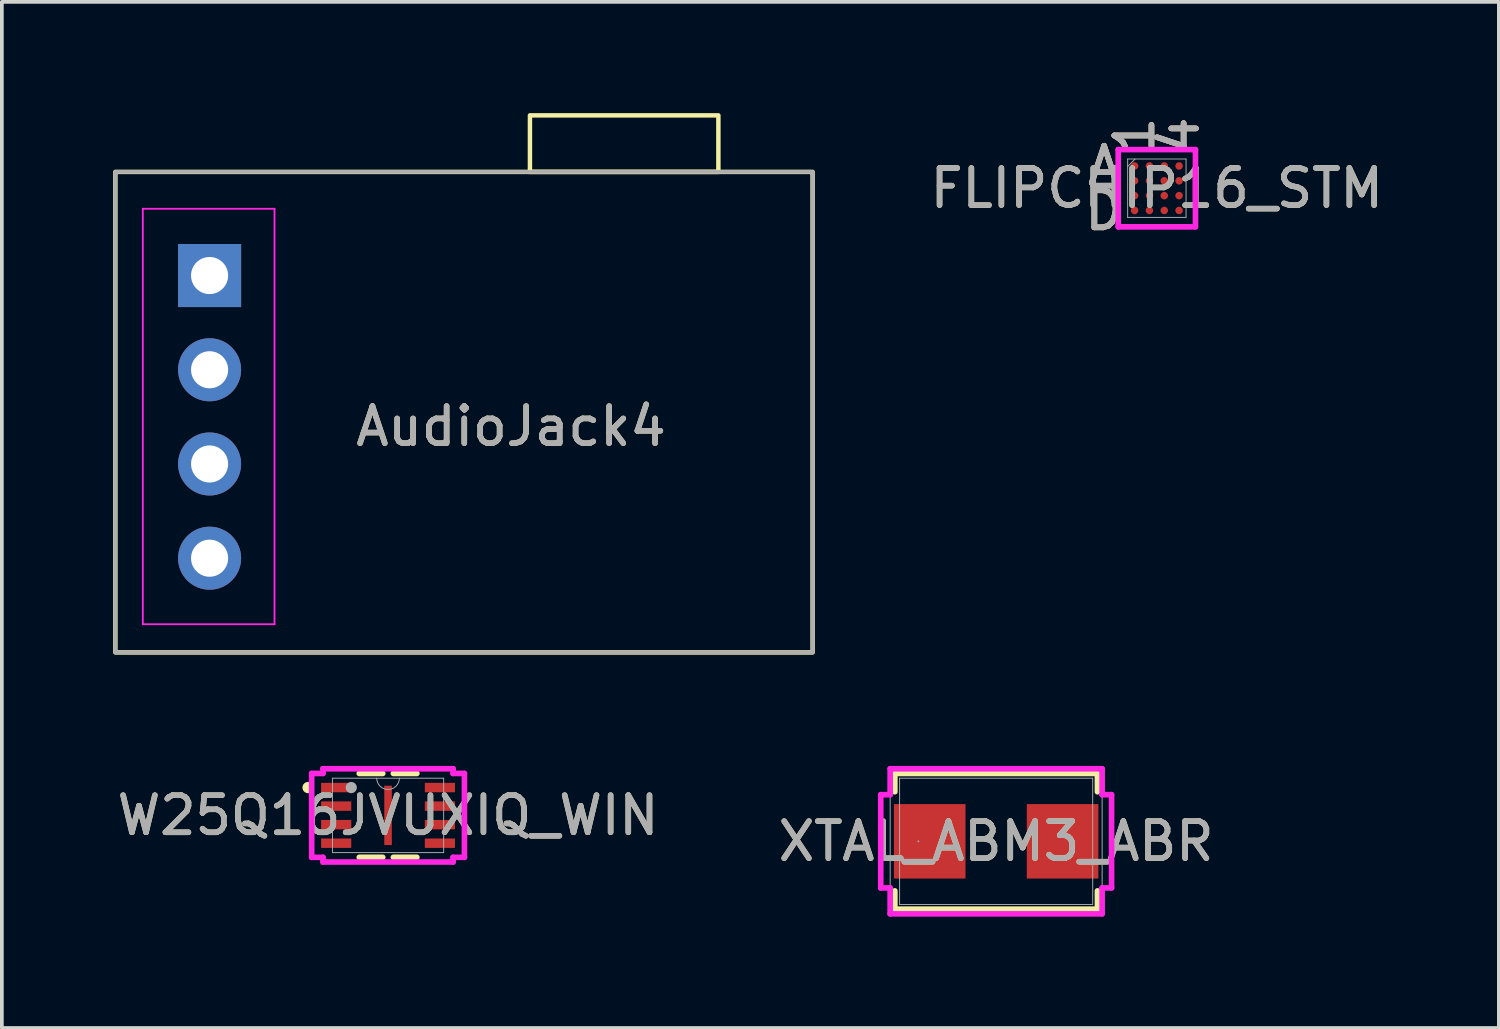
<source format=kicad_pcb>
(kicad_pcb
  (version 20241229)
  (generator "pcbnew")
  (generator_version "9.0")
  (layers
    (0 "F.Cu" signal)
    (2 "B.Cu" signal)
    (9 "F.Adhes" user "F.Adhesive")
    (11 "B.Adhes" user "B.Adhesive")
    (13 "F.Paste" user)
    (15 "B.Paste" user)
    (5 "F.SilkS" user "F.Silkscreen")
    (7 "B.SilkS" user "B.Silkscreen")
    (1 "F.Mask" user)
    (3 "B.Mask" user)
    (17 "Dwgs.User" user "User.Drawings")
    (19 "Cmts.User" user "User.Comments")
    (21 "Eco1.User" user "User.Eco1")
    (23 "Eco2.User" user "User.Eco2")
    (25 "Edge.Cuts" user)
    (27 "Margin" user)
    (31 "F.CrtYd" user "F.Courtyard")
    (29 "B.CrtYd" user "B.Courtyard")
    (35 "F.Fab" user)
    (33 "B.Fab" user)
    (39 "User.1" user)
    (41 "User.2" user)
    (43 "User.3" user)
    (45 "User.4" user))
  (footprint "FLIPCHIP16_STM"
    (layer "F.Cu")
    (at 28.136 2.024)
    (property "Reference" "FLIPCHIP16_STM" (at 0 0 0) (unlocked yes) (layer "F.SilkS") (effects (font (size 1 1) (thickness 0.15))))
    (attr smd)
    (fp_poly (pts (xy -1.244 -1.244) (xy 1.244 -1.244) (xy 1.244 1.244) (xy -1.244 1.244)) (stroke (width 0.1) (type solid)) (fill no) (layer "Eco2.User"))
    (fp_line (start -1.041 -1.041) (end 1.041 -1.041) (stroke (width 0.152) (type solid)) (layer "F.CrtYd"))
    (fp_line (start -1.041 1.041) (end -1.041 -1.041) (stroke (width 0.152) (type solid)) (layer "F.CrtYd"))
    (fp_line (start 1.041 -1.041) (end 1.041 1.041) (stroke (width 0.152) (type solid)) (layer "F.CrtYd"))
    (fp_line (start 1.041 1.041) (end -1.041 1.041) (stroke (width 0.152) (type solid)) (layer "F.CrtYd"))
    (fp_line (start -0.787 -0.787) (end -0.787 0.787) (stroke (width 0.025) (type solid)) (layer "F.Fab"))
    (fp_line (start -0.787 0.787) (end 0.787 0.787) (stroke (width 0.025) (type solid)) (layer "F.Fab"))
    (fp_line (start -0.587 -0.787) (end -0.787 -0.587) (stroke (width 0.025) (type solid)) (layer "F.Fab"))
    (fp_line (start 0.787 -0.787) (end -0.787 -0.787) (stroke (width 0.025) (type solid)) (layer "F.Fab"))
    (fp_line (start 0.787 0.787) (end 0.787 -0.787) (stroke (width 0.025) (type solid)) (layer "F.Fab"))
    (fp_text user "A" (at -1.422 -0.6 0) (unlocked yes) (layer "F.SilkS") (effects (font (size 1 1) (thickness 0.15))))
    (fp_text user "D" (at -1.422 0.6 0) (unlocked yes) (layer "F.SilkS") (effects (font (size 1 1) (thickness 0.15))))
    (fp_text user "4" (at 0.6 -1.422 90) (unlocked yes) (layer "F.SilkS") (effects (font (size 1 1) (thickness 0.15))))
    (fp_text user "1" (at -0.6 -1.422 90) (unlocked yes) (layer "F.SilkS") (effects (font (size 1 1) (thickness 0.15))))
    (fp_text user "4" (at 0.6 -1.422 90) (unlocked yes) (layer "B.SilkS") (effects (font (size 1 1) (thickness 0.15))))
    (fp_text user "D" (at -1.422 0.6 0) (unlocked yes) (layer "B.SilkS") (effects (font (size 1 1) (thickness 0.15))))
    (fp_text user "A" (at -1.422 -0.6 0) (unlocked yes) (layer "B.SilkS") (effects (font (size 1 1) (thickness 0.15))))
    (fp_text user "1" (at -0.6 -1.422 90) (unlocked yes) (layer "B.SilkS") (effects (font (size 1 1) (thickness 0.15))))
    (fp_text user "4" (at 0.6 -1.422 90) (unlocked yes) (layer "F.Fab") (effects (font (size 1 1) (thickness 0.15))))
    (fp_text user "A" (at -1.422 -0.6 0) (unlocked yes) (layer "F.Fab") (effects (font (size 1 1) (thickness 0.15))))
    (fp_text user "${REFERENCE}" (at 0 0 0) (unlocked yes) (layer "F.Fab") (effects (font (size 1 1) (thickness 0.15))))
    (fp_text user "1" (at -0.6 -1.422 90) (unlocked yes) (layer "F.Fab") (effects (font (size 1 1) (thickness 0.15))))
    (fp_text user "D" (at -1.422 0.6 0) (unlocked yes) (layer "F.Fab") (effects (font (size 1 1) (thickness 0.15))))
    (pad "A1" smd circle (at -0.6 -0.6) (size 0.203 0.203) (layers "F.Cu" "F.Mask" "F.Paste"))
    (pad "A2" smd circle (at -0.2 -0.6) (size 0.203 0.203) (layers "F.Cu" "F.Mask" "F.Paste"))
    (pad "A3" smd circle (at 0.2 -0.6) (size 0.203 0.203) (layers "F.Cu" "F.Mask" "F.Paste"))
    (pad "A4" smd circle (at 0.6 -0.6) (size 0.203 0.203) (layers "F.Cu" "F.Mask" "F.Paste"))
    (pad "B1" smd circle (at -0.6 -0.2) (size 0.203 0.203) (layers "F.Cu" "F.Mask" "F.Paste"))
    (pad "B2" smd circle (at -0.2 -0.2) (size 0.203 0.203) (layers "F.Cu" "F.Mask" "F.Paste"))
    (pad "B3" smd circle (at 0.2 -0.2) (size 0.203 0.203) (layers "F.Cu" "F.Mask" "F.Paste"))
    (pad "B4" smd circle (at 0.6 -0.2) (size 0.203 0.203) (layers "F.Cu" "F.Mask" "F.Paste"))
    (pad "C1" smd circle (at -0.6 0.2) (size 0.203 0.203) (layers "F.Cu" "F.Mask" "F.Paste"))
    (pad "C2" smd circle (at -0.2 0.2) (size 0.203 0.203) (layers "F.Cu" "F.Mask" "F.Paste"))
    (pad "C3" smd circle (at 0.2 0.2) (size 0.203 0.203) (layers "F.Cu" "F.Mask" "F.Paste"))
    (pad "C4" smd circle (at 0.6 0.2) (size 0.203 0.203) (layers "F.Cu" "F.Mask" "F.Paste"))
    (pad "D1" smd circle (at -0.6 0.6) (size 0.203 0.203) (layers "F.Cu" "F.Mask" "F.Paste"))
    (pad "D2" smd circle (at -0.2 0.6) (size 0.203 0.203) (layers "F.Cu" "F.Mask" "F.Paste"))
    (pad "D3" smd circle (at 0.2 0.6) (size 0.203 0.203) (layers "F.Cu" "F.Mask" "F.Paste"))
    (pad "D4" smd circle (at 0.6 0.6) (size 0.203 0.203) (layers "F.Cu" "F.Mask" "F.Paste")))
  (footprint "XTAL_ABM3_ABR"
    (layer "F.Cu")
    (at 23.804 19.63)
    (property "Reference" "XTAL_ABM3_ABR" (at 0 0 0) (unlocked yes) (layer "F.SilkS") (effects (font (size 1 1) (thickness 0.15))))
    (attr smd)
    (fp_line (start -2.731 -1.829) (end -2.731 -1.336) (stroke (width 0.152) (type solid)) (layer "F.SilkS"))
    (fp_line (start -2.731 1.336) (end -2.731 1.829) (stroke (width 0.152) (type solid)) (layer "F.SilkS"))
    (fp_line (start -2.731 1.829) (end 2.731 1.829) (stroke (width 0.152) (type solid)) (layer "F.SilkS"))
    (fp_line (start 2.731 -1.829) (end -2.731 -1.829) (stroke (width 0.152) (type solid)) (layer "F.SilkS"))
    (fp_line (start 2.731 -1.336) (end 2.731 -1.829) (stroke (width 0.152) (type solid)) (layer "F.SilkS"))
    (fp_line (start 2.731 1.829) (end 2.731 1.336) (stroke (width 0.152) (type solid)) (layer "F.SilkS"))
    (fp_line (start -3.111 -1.257) (end -2.857 -1.257) (stroke (width 0.152) (type solid)) (layer "F.CrtYd"))
    (fp_line (start -3.111 1.257) (end -3.111 -1.257) (stroke (width 0.152) (type solid)) (layer "F.CrtYd"))
    (fp_line (start -2.857 -1.956) (end 2.857 -1.956) (stroke (width 0.152) (type solid)) (layer "F.CrtYd"))
    (fp_line (start -2.857 -1.257) (end -2.857 -1.956) (stroke (width 0.152) (type solid)) (layer "F.CrtYd"))
    (fp_line (start -2.857 1.257) (end -3.111 1.257) (stroke (width 0.152) (type solid)) (layer "F.CrtYd"))
    (fp_line (start -2.857 1.956) (end -2.857 1.257) (stroke (width 0.152) (type solid)) (layer "F.CrtYd"))
    (fp_line (start 2.857 -1.956) (end 2.857 -1.257) (stroke (width 0.152) (type solid)) (layer "F.CrtYd"))
    (fp_line (start 2.857 -1.257) (end 3.111 -1.257) (stroke (width 0.152) (type solid)) (layer "F.CrtYd"))
    (fp_line (start 2.857 1.257) (end 2.857 1.956) (stroke (width 0.152) (type solid)) (layer "F.CrtYd"))
    (fp_line (start 2.857 1.956) (end -2.857 1.956) (stroke (width 0.152) (type solid)) (layer "F.CrtYd"))
    (fp_line (start 3.111 -1.257) (end 3.111 1.257) (stroke (width 0.152) (type solid)) (layer "F.CrtYd"))
    (fp_line (start 3.111 1.257) (end 2.857 1.257) (stroke (width 0.152) (type solid)) (layer "F.CrtYd"))
    (fp_line (start -2.857 -1.956) (end 2.857 -1.956) (stroke (width 0.025) (type solid)) (layer "F.Fab"))
    (fp_line (start -2.857 1.956) (end -2.857 -1.956) (stroke (width 0.025) (type solid)) (layer "F.Fab"))
    (fp_line (start -2.603 -1.702) (end -2.603 1.702) (stroke (width 0.025) (type solid)) (layer "F.Fab"))
    (fp_line (start -2.603 1.702) (end 2.603 1.702) (stroke (width 0.025) (type solid)) (layer "F.Fab"))
    (fp_line (start 2.603 -1.702) (end -2.603 -1.702) (stroke (width 0.025) (type solid)) (layer "F.Fab"))
    (fp_line (start 2.603 1.702) (end 2.603 -1.702) (stroke (width 0.025) (type solid)) (layer "F.Fab"))
    (fp_line (start 2.857 -1.956) (end 2.857 1.956) (stroke (width 0.025) (type solid)) (layer "F.Fab"))
    (fp_line (start 2.857 1.956) (end -2.857 1.956) (stroke (width 0.025) (type solid)) (layer "F.Fab"))
    (fp_circle (center -2.095 0) (end -2.095 0) (stroke (width 0.025) (type solid)) (fill no) (layer "F.Fab"))
    (fp_text user "${REFERENCE}" (at 0 0 0) (unlocked yes) (layer "F.Fab") (effects (font (size 1 1) (thickness 0.15))))
    (pad "1" smd rect (at -1.791 0 90) (size 2.007 1.93) (layers "F.Cu" "F.Mask" "F.Paste"))
    (pad "2" smd rect (at 1.791 0 90) (size 2.007 1.93) (layers "F.Cu" "F.Mask" "F.Paste"))
    (zone (net_name "") (layer "F.Cu") (hatch full 0.508) (connect_pads) (min_thickness 0.254) (filled_areas_thickness no) (keepout (tracks not_allowed) (vias not_allowed) (pads allowed) (copperpour not_allowed) (footprints allowed)) (placement (enabled no)) (fill) (polygon (pts (xy 21.251 17.979) (xy 26.356 17.979) (xy 26.356 18.576) (xy 21.251 18.576))))
    (zone (net_name "") (layer "F.Cu") (hatch full 0.508) (connect_pads) (min_thickness 0.254) (filled_areas_thickness no) (keepout (tracks not_allowed) (vias not_allowed) (pads allowed) (copperpour not_allowed) (footprints allowed)) (placement (enabled no)) (fill) (polygon (pts (xy 21.251 20.684) (xy 26.356 20.684) (xy 26.356 21.281) (xy 21.251 21.281))))
    (zone (net_name "") (layer "F.Cu") (hatch full 0.508) (connect_pads) (min_thickness 0.254) (filled_areas_thickness no) (keepout (tracks not_allowed) (vias not_allowed) (pads allowed) (copperpour not_allowed) (footprints allowed)) (placement (enabled no)) (fill) (polygon (pts (xy 23.029 18.576) (xy 24.578 18.576) (xy 24.578 20.684) (xy 23.029 20.684)))))
  (footprint "AudioJack4"
    (layer "F.Cu")
    (at 2.6 4.378)
    (property "Reference" "AudioJack4" (at 8.128 4.064 0) (layer "F.SilkS") (effects (font (size 1 1) (thickness 0.15))))
    (attr through_hole)
    (fp_rect (start -2.54 -2.794) (end 16.256 10.16) (stroke (width 0.12) (type solid)) (fill no) (layer "F.SilkS"))
    (fp_rect (start 13.716 -2.794) (end 8.636 -4.318) (stroke (width 0.12) (type solid)) (fill no) (layer "F.SilkS"))
    (fp_line (start -1.8 -1.8) (end 1.75 -1.8) (stroke (width 0.05) (type solid)) (layer "F.CrtYd"))
    (fp_line (start -1.8 9.4) (end -1.8 -1.8) (stroke (width 0.05) (type solid)) (layer "F.CrtYd"))
    (fp_line (start 1.75 -1.8) (end 1.75 9.4) (stroke (width 0.05) (type solid)) (layer "F.CrtYd"))
    (fp_line (start 1.75 9.4) (end -1.8 9.4) (stroke (width 0.05) (type solid)) (layer "F.CrtYd"))
    (fp_rect (start -2.54 -2.794) (end 16.256 10.16) (stroke (width 0.1) (type solid)) (fill no) (layer "F.Fab"))
    (fp_text user "${REFERENCE}" (at 8.128 4.064 180) (layer "F.Fab") (effects (font (size 1 1) (thickness 0.15))))
    (pad "1" thru_hole rect (at 0 0) (size 1.7 1.7) (drill 1) (layers "*.Cu" "*.Mask"))
    (pad "2" thru_hole oval (at 0 2.54) (size 1.7 1.7) (drill 1) (layers "*.Cu" "*.Mask"))
    (pad "3" thru_hole oval (at 0 5.08) (size 1.7 1.7) (drill 1) (layers "*.Cu" "*.Mask"))
    (pad "4" thru_hole oval (at 0 7.62) (size 1.7 1.7) (drill 1) (layers "*.Cu" "*.Mask")))
  (footprint "W25Q16JVUXIQ_WIN"
    (layer "F.Cu")
    (at 7.411 18.931)
    (property "Reference" "W25Q16JVUXIQ_WIN" (at 0 0 0) (unlocked yes) (layer "F.SilkS") (effects (font (size 1 1) (thickness 0.15))))
    (attr smd)
    (fp_line (start -0.776 1.13) (end -0.143 1.13) (stroke (width 0.152) (type solid)) (layer "F.SilkS"))
    (fp_line (start -0.143 -1.13) (end -0.776 -1.13) (stroke (width 0.152) (type solid)) (layer "F.SilkS"))
    (fp_line (start 0.143 1.13) (end 0.776 1.13) (stroke (width 0.152) (type solid)) (layer "F.SilkS"))
    (fp_line (start 0.776 -1.13) (end 0.143 -1.13) (stroke (width 0.152) (type solid)) (layer "F.SilkS"))
    (fp_arc (start -2.13754 -0.676171) (mid -2.2326 -0.75) (end -2.13754 -0.823829) (stroke (width 0.1524) (type solid)) (layer "F.SilkS"))
    (fp_line (start -2.059 -1.131) (end -1.753 -1.131) (stroke (width 0.152) (type solid)) (layer "F.CrtYd"))
    (fp_line (start -2.059 1.131) (end -2.059 -1.131) (stroke (width 0.152) (type solid)) (layer "F.CrtYd"))
    (fp_line (start -2.059 1.131) (end -1.753 1.131) (stroke (width 0.152) (type solid)) (layer "F.CrtYd"))
    (fp_line (start -1.753 -1.257) (end 1.753 -1.257) (stroke (width 0.152) (type solid)) (layer "F.CrtYd"))
    (fp_line (start -1.753 -1.131) (end -1.753 -1.257) (stroke (width 0.152) (type solid)) (layer "F.CrtYd"))
    (fp_line (start -1.753 1.257) (end -1.753 1.131) (stroke (width 0.152) (type solid)) (layer "F.CrtYd"))
    (fp_line (start 1.753 -1.257) (end 1.753 -1.131) (stroke (width 0.152) (type solid)) (layer "F.CrtYd"))
    (fp_line (start 1.753 1.131) (end 1.753 1.257) (stroke (width 0.152) (type solid)) (layer "F.CrtYd"))
    (fp_line (start 1.753 1.257) (end -1.753 1.257) (stroke (width 0.152) (type solid)) (layer "F.CrtYd"))
    (fp_line (start 2.059 -1.131) (end 1.753 -1.131) (stroke (width 0.152) (type solid)) (layer "F.CrtYd"))
    (fp_line (start 2.059 -1.131) (end 2.059 1.131) (stroke (width 0.152) (type solid)) (layer "F.CrtYd"))
    (fp_line (start 2.059 1.131) (end 1.753 1.131) (stroke (width 0.152) (type solid)) (layer "F.CrtYd"))
    (fp_line (start -1.499 -1.003) (end -1.499 1.003) (stroke (width 0.025) (type solid)) (layer "F.Fab"))
    (fp_line (start -1.499 1.003) (end 1.499 1.003) (stroke (width 0.025) (type solid)) (layer "F.Fab"))
    (fp_line (start 1.499 -1.003) (end -1.499 -1.003) (stroke (width 0.025) (type solid)) (layer "F.Fab"))
    (fp_line (start 1.499 1.003) (end 1.499 -1.003) (stroke (width 0.025) (type solid)) (layer "F.Fab"))
    (fp_arc (start 0.3048 -1.0033) (mid 0 -0.6985) (end -0.3048 -1.0033) (stroke (width 0.0254) (type solid)) (layer "F.Fab"))
    (fp_circle (center -0.992 -0.75) (end -0.916 -0.75) (stroke (width 0.152) (type solid)) (fill no) (layer "F.Fab"))
    (fp_text user "${REFERENCE}" (at 0 0 0) (unlocked yes) (layer "F.Fab") (effects (font (size 1 1) (thickness 0.15))))
    (pad "1" smd rect (at -1.398 -0.75) (size 0.813 0.254) (layers "F.Cu" "F.Mask" "F.Paste"))
    (pad "2" smd rect (at -1.398 -0.25) (size 0.813 0.254) (layers "F.Cu" "F.Mask" "F.Paste"))
    (pad "3" smd rect (at -1.398 0.25) (size 0.813 0.254) (layers "F.Cu" "F.Mask" "F.Paste"))
    (pad "4" smd rect (at -1.398 0.75) (size 0.813 0.254) (layers "F.Cu" "F.Mask" "F.Paste"))
    (pad "5" smd rect (at 1.398 0.75) (size 0.813 0.254) (layers "F.Cu" "F.Mask" "F.Paste"))
    (pad "6" smd rect (at 1.398 0.25) (size 0.813 0.254) (layers "F.Cu" "F.Mask" "F.Paste"))
    (pad "7" smd rect (at 1.398 -0.25) (size 0.813 0.254) (layers "F.Cu" "F.Mask" "F.Paste"))
    (pad "8" smd rect (at 1.398 -0.75) (size 0.813 0.254) (layers "F.Cu" "F.Mask" "F.Paste"))
    (pad "9" smd rect (at 0 0) (size 0.203 1.6) (layers "F.Cu" "F.Mask" "F.Paste")))
  (gr_rect
    (start -3 -3)
    (end 37.356 24.662)
    (stroke (width 0.1) (type default))
    (fill no)
    (layer "Edge.Cuts")))
</source>
